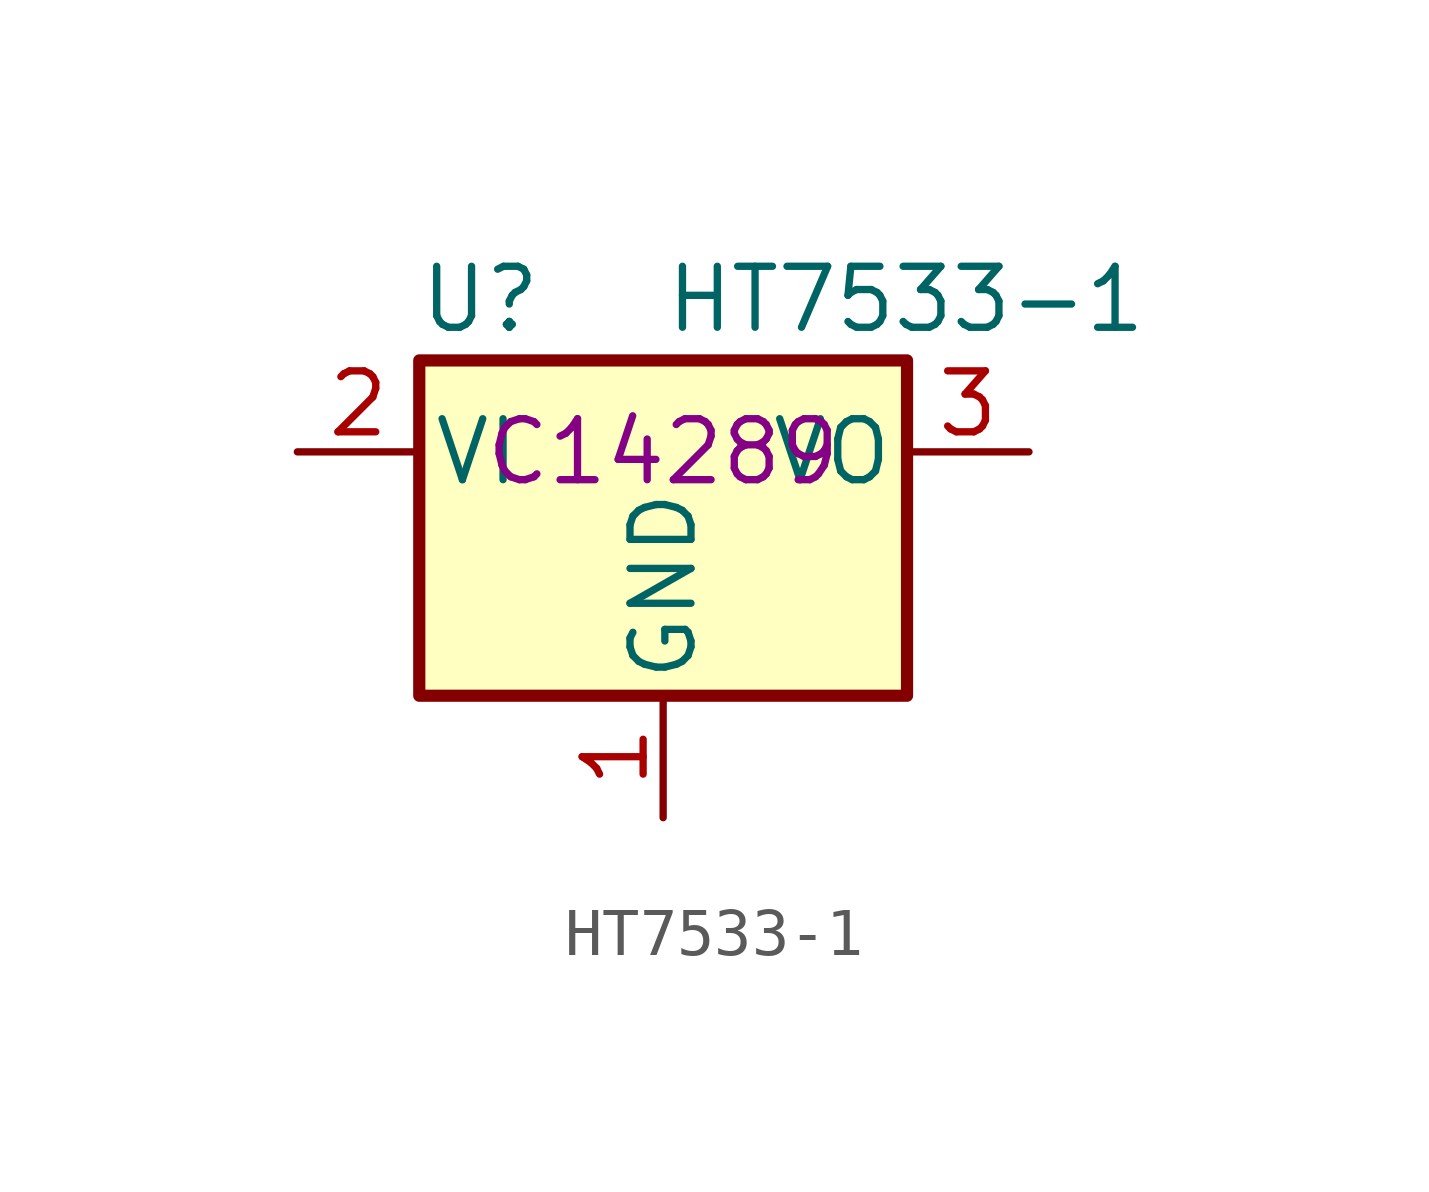
<source format=kicad_sym>
(kicad_symbol_lib
  (version 20220914)
  (generator kicad_symbol_editor)
  (symbol "HT7533-1"
    (pin_names
      (offset 0.254))
    (property "Reference" "U"
      (at -3.81 3.175 0)
      (effects (font (size 1.27 1.27))))
    (property "Value" "HT7533-1"
      (at 0 3.175 0)
      (effects (font (size 1.27 1.27)) (justify left)))
    (property "MPN" "C14289"
      (at 0 0 0)
      (effects (font (size 1.27 1.27))))
    (symbol "HT7533-1_0_1"
      (rectangle (start -5.08 -5.08) (end 5.08 1.905) (stroke (width 0.254) (type default)) (fill (type background))))
    (symbol "HT7533-1_1_1"
      (pin power_in line (at 0 -7.62 90) (length 2.54) (name "GND" (effects (font (size 1.27 1.27)))) (number "1" (effects (font (size 1.27 1.27)))))
      (pin power_in line (at -7.62 0 0) (length 2.54) (name "VI" (effects (font (size 1.27 1.27)))) (number "2" (effects (font (size 1.27 1.27)))))
      (pin power_out line (at 7.62 0 180) (length 2.54) (name "VO" (effects (font (size 1.27 1.27)))) (number "3" (effects (font (size 1.27 1.27))))))))
</source>
